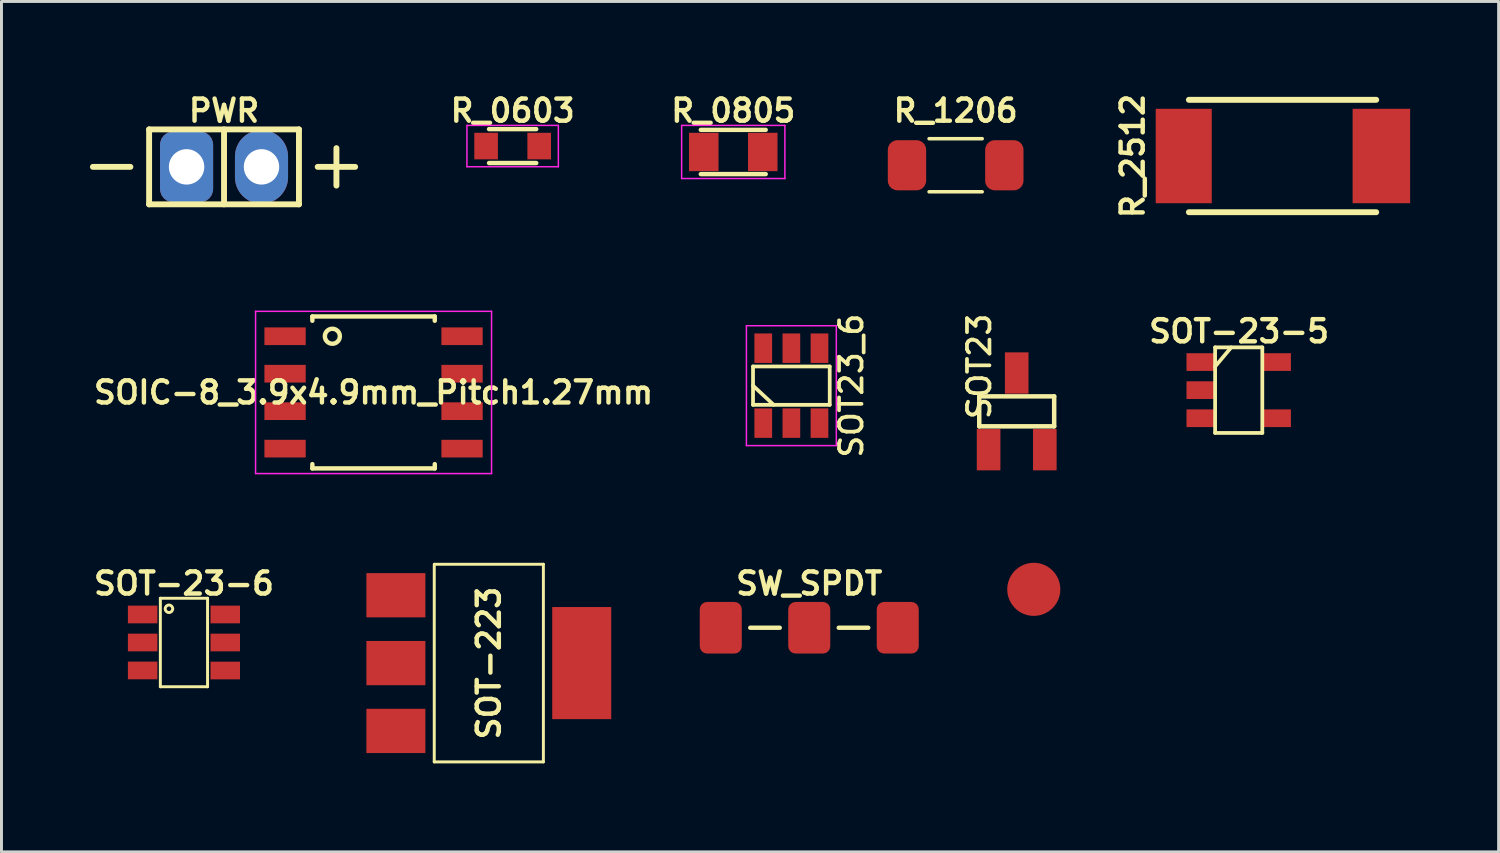
<source format=kicad_pcb>
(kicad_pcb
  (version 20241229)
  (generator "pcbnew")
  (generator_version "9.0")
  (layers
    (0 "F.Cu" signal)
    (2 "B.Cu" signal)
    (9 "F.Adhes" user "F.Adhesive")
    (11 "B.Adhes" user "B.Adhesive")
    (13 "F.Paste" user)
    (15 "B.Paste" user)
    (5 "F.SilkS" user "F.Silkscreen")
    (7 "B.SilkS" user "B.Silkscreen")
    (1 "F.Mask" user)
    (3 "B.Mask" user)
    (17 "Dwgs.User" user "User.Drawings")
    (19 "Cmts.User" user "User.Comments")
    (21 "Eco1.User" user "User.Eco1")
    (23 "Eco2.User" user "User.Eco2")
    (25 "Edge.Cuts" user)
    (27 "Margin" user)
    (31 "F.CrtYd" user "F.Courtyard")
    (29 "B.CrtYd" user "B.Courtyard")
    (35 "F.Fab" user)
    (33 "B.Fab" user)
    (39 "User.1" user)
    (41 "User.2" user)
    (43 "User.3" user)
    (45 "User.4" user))
  (footprint "R_1206"
    (layer "F.Cu")
    (at 29.347 2.552)
    (property "Reference" "R_1206" (at 0 -1.85 0) (layer "F.SilkS") (effects (font (size 0.75 0.75) (thickness 0.15))))
    (attr smd)
    (fp_line (start -0.9 -0.9) (end 0.9 -0.9) (stroke (width 0.12) (type solid)) (layer "F.SilkS"))
    (fp_line (start 0.9 0.9) (end -0.9 0.9) (stroke (width 0.12) (type solid)) (layer "F.SilkS"))
    (pad "1" smd roundrect (at -1.65 0) (size 1.3 1.7) (layers "F.Cu" "F.Mask" "F.Paste") (roundrect_rratio 0.25))
    (pad "2" smd roundrect (at 1.65 0) (size 1.3 1.7) (layers "F.Cu" "F.Mask" "F.Paste") (roundrect_rratio 0.25)))
  (footprint "R_0603"
    (layer "F.Cu")
    (at 14.329 1.902)
    (property "Reference" "R_0603" (at 0 -1.2 0) (layer "F.SilkS") (effects (font (size 0.75 0.75) (thickness 0.15))))
    (attr smd)
    (fp_line (start -0.8 -0.575) (end 0.8 -0.575) (stroke (width 0.15) (type solid)) (layer "F.SilkS"))
    (fp_line (start 0.8 0.575) (end -0.8 0.575) (stroke (width 0.15) (type solid)) (layer "F.SilkS"))
    (fp_line (start -1.55 -0.7) (end -1.55 0.7) (stroke (width 0.05) (type solid)) (layer "F.CrtYd"))
    (fp_line (start -1.55 -0.7) (end 1.55 -0.7) (stroke (width 0.05) (type solid)) (layer "F.CrtYd"))
    (fp_line (start -1.55 0.7) (end 1.55 0.7) (stroke (width 0.05) (type solid)) (layer "F.CrtYd"))
    (fp_line (start 1.55 -0.7) (end 1.55 0.7) (stroke (width 0.05) (type solid)) (layer "F.CrtYd"))
    (pad "1" smd rect (at -0.9 0) (size 0.8 0.9) (layers "F.Cu" "F.Mask" "F.Paste"))
    (pad "2" smd rect (at 0.9 0) (size 0.8 0.9) (layers "F.Cu" "F.Mask" "F.Paste")))
  (footprint "R_2512"
    (layer "F.Cu")
    (at 40.429 2.239)
    (property "Reference" "R_2512" (at -5.08 0 90) (layer "F.SilkS") (effects (font (size 0.75 0.75) (thickness 0.15))))
    (attr through_hole)
    (fp_line (start -3.175 -1.905) (end 3.175 -1.905) (stroke (width 0.2) (type solid)) (layer "F.SilkS"))
    (fp_line (start 3.175 1.905) (end -3.175 1.905) (stroke (width 0.2) (type solid)) (layer "F.SilkS"))
    (pad "1" smd rect (at -3.35 0) (size 1.9 3.2) (layers "F.Cu" "F.Mask" "F.Paste"))
    (pad "2" smd rect (at 3.35 0) (size 1.95 3.2) (layers "F.Cu" "F.Mask" "F.Paste")))
  (footprint "SOT-23-5"
    (layer "F.Cu")
    (at 38.955 10.181)
    (property "Reference" "SOT-23-5" (at 0 -2 180) (layer "F.SilkS") (effects (font (size 0.75 0.75) (thickness 0.15))))
    (attr through_hole)
    (fp_line (start -0.812 -1.455) (end 0.788 -1.455) (stroke (width 0.127) (type solid)) (layer "F.SilkS"))
    (fp_line (start -0.812 -0.805) (end -0.266 -1.455) (stroke (width 0.127) (type solid)) (layer "F.SilkS"))
    (fp_line (start -0.812 1.445) (end -0.812 -1.455) (stroke (width 0.127) (type solid)) (layer "F.SilkS"))
    (fp_line (start 0.788 -1.455) (end 0.788 1.445) (stroke (width 0.127) (type solid)) (layer "F.SilkS"))
    (fp_line (start 0.788 1.445) (end -0.812 1.445) (stroke (width 0.127) (type solid)) (layer "F.SilkS"))
    (pad "1" smd rect (at -1.282 -0.957 270) (size 0.6 1) (layers "F.Cu" "F.Mask" "F.Paste"))
    (pad "2" smd rect (at -1.282 -0.005 270) (size 0.6 1) (layers "F.Cu" "F.Mask" "F.Paste"))
    (pad "3" smd rect (at -1.282 0.948 270) (size 0.6 1) (layers "F.Cu" "F.Mask" "F.Paste"))
    (pad "4" smd rect (at 1.258 0.948 270) (size 0.6 1) (layers "F.Cu" "F.Mask" "F.Paste"))
    (pad "5" smd rect (at 1.258 -0.957 270) (size 0.6 1) (layers "F.Cu" "F.Mask" "F.Paste")))
  (footprint "SOT-223"
    (layer "F.Cu")
    (at 13.521 19.429)
    (property "Reference" "SOT-223" (at 0 0 270) (layer "F.SilkS") (effects (font (size 0.75 0.75) (thickness 0.15))))
    (attr smd)
    (fp_line (start -1.85 -3.35) (end -1.85 3.35) (stroke (width 0.1) (type solid)) (layer "F.SilkS"))
    (fp_line (start -1.85 3.35) (end 1.85 3.35) (stroke (width 0.1) (type solid)) (layer "F.SilkS"))
    (fp_line (start -1.83 -3.35) (end 1.85 -3.35) (stroke (width 0.1) (type solid)) (layer "F.SilkS"))
    (fp_line (start 1.85 -3.35) (end 1.85 3.35) (stroke (width 0.1) (type solid)) (layer "F.SilkS"))
    (pad "1" smd rect (at -3.15 -2.3) (size 2 1.5) (layers "F.Cu" "F.Mask" "F.Paste"))
    (pad "2" smd rect (at -3.15 0) (size 2 1.5) (layers "F.Cu" "F.Mask" "F.Paste"))
    (pad "2" smd rect (at 3.15 0) (size 2 3.8) (layers "F.Cu" "F.Mask" "F.Paste"))
    (pad "3" smd rect (at -3.15 2.3) (size 2 1.5) (layers "F.Cu" "F.Mask" "F.Paste")))
  (footprint "TestPad"
    (layer "F.Cu")
    (at 31.996 16.929)
    (property "Reference" "TestPad" (at 0 0.635 0) (layer "Dwgs.User") (effects (font (size 0.127 0.127) (thickness 0.001))))
    (attr through_hole)
    (pad "1" smd circle (at 0 0) (size 1.8 1.8) (layers "F.Cu" "F.Mask" "F.Paste")))
  (footprint "SOT23_6"
    (layer "F.Cu")
    (at 23.778 10.024)
    (property "Reference" "SOT23_6" (at 2.032 0 90) (layer "F.SilkS") (effects (font (size 0.762 0.762) (thickness 0.127))))
    (attr through_hole)
    (fp_line (start -1.3 -0.65) (end 1.3 -0.65) (stroke (width 0.127) (type solid)) (layer "F.SilkS"))
    (fp_line (start -1.3 0.65) (end -1.3 -0.65) (stroke (width 0.127) (type solid)) (layer "F.SilkS"))
    (fp_line (start -0.6 0.65) (end -1.3 0) (stroke (width 0.127) (type solid)) (layer "F.SilkS"))
    (fp_line (start 1.3 -0.65) (end 1.3 0.65) (stroke (width 0.127) (type solid)) (layer "F.SilkS"))
    (fp_line (start 1.3 0.65) (end -1.3 0.65) (stroke (width 0.127) (type solid)) (layer "F.SilkS"))
    (fp_line (start -1.524 2.032) (end -1.524 -2.032) (stroke (width 0.05) (type solid)) (layer "F.CrtYd"))
    (fp_line (start -1.524 2.032) (end 1.524 2.032) (stroke (width 0.05) (type solid)) (layer "F.CrtYd"))
    (fp_line (start 1.524 -2.032) (end -1.524 -2.032) (stroke (width 0.05) (type solid)) (layer "F.CrtYd"))
    (fp_line (start 1.524 2.032) (end 1.524 -2.032) (stroke (width 0.05) (type solid)) (layer "F.CrtYd"))
    (pad "1" smd rect (at -0.953 1.27) (size 0.6 1) (layers "F.Cu" "F.Mask" "F.Paste"))
    (pad "2" smd rect (at 0 1.27) (size 0.6 1) (layers "F.Cu" "F.Mask" "F.Paste"))
    (pad "3" smd rect (at 0.953 1.27) (size 0.6 1) (layers "F.Cu" "F.Mask" "F.Paste"))
    (pad "4" smd rect (at 0.953 -1.27) (size 0.6 1) (layers "F.Cu" "F.Mask" "F.Paste"))
    (pad "5" smd rect (at 0 -1.27) (size 0.6 1) (layers "F.Cu" "F.Mask" "F.Paste"))
    (pad "6" smd rect (at -0.953 -1.27) (size 0.6 1) (layers "F.Cu" "F.Mask" "F.Paste")))
  (footprint "PWR"
    (layer "F.Cu")
    (at 4.545 2.607)
    (property "Reference" "PWR" (at 0 -1.905 0) (layer "F.SilkS") (effects (font (size 0.75 0.75) (thickness 0.15))))
    (attr through_hole)
    (fp_line (start -3.175 0) (end -4.445 0) (stroke (width 0.2) (type solid)) (layer "F.SilkS"))
    (fp_line (start -2.54 -1.27) (end -2.54 1.27) (stroke (width 0.2) (type solid)) (layer "F.SilkS"))
    (fp_line (start -2.54 1.27) (end 2.54 1.27) (stroke (width 0.2) (type solid)) (layer "F.SilkS"))
    (fp_line (start 0 -1.27) (end 0 1.27) (stroke (width 0.2) (type solid)) (layer "F.SilkS"))
    (fp_line (start 2.54 -1.27) (end -2.54 -1.27) (stroke (width 0.2) (type solid)) (layer "F.SilkS"))
    (fp_line (start 2.54 1.27) (end 2.54 -1.27) (stroke (width 0.2) (type solid)) (layer "F.SilkS"))
    (fp_line (start 3.175 0) (end 4.445 0) (stroke (width 0.2) (type solid)) (layer "F.SilkS"))
    (fp_line (start 3.81 -0.635) (end 3.81 0.635) (stroke (width 0.2) (type solid)) (layer "F.SilkS"))
    (pad "1" thru_hole oval (at 1.27 0 180) (size 1.8 2.5) (drill 1.2) (layers "*.Cu" "*.Mask"))
    (pad "2" thru_hole roundrect (at -1.27 0) (size 1.8 2.4) (drill 1.2) (layers "*.Cu" "*.Mask") (roundrect_rratio 0.25)))
  (footprint "SOT-23-6"
    (layer "F.Cu")
    (at 3.186 18.731)
    (property "Reference" "SOT-23-6" (at 0 -2 180) (layer "F.SilkS") (effects (font (size 0.75 0.75) (thickness 0.15))))
    (attr through_hole)
    (fp_line (start -0.8 -1.5) (end 0.8 -1.5) (stroke (width 0.1) (type solid)) (layer "F.SilkS"))
    (fp_line (start -0.8 1.5) (end -0.8 -1.5) (stroke (width 0.1) (type solid)) (layer "F.SilkS"))
    (fp_line (start 0.8 -1.5) (end 0.8 1.5) (stroke (width 0.1) (type solid)) (layer "F.SilkS"))
    (fp_line (start 0.8 1.5) (end -0.8 1.5) (stroke (width 0.1) (type solid)) (layer "F.SilkS"))
    (fp_circle (center -0.508 -1.143) (end -0.381 -1.143) (stroke (width 0.1) (type solid)) (fill no) (layer "F.SilkS"))
    (pad "1" smd rect (at -1.4 -0.95 270) (size 0.6 1) (layers "F.Cu" "F.Mask" "F.Paste"))
    (pad "2" smd rect (at -1.4 0 270) (size 0.6 1) (layers "F.Cu" "F.Mask" "F.Paste"))
    (pad "3" smd rect (at -1.4 0.948 270) (size 0.6 1) (layers "F.Cu" "F.Mask" "F.Paste"))
    (pad "4" smd rect (at 1.4 0.95 270) (size 0.6 1) (layers "F.Cu" "F.Mask" "F.Paste"))
    (pad "5" smd rect (at 1.4 0 270) (size 0.6 1) (layers "F.Cu" "F.Mask" "F.Paste"))
    (pad "6" smd rect (at 1.4 -0.95 270) (size 0.6 1) (layers "F.Cu" "F.Mask" "F.Paste")))
  (footprint "R_0805"
    (layer "F.Cu")
    (at 21.808 2.102)
    (property "Reference" "R_0805" (at 0 -1.4 0) (layer "F.SilkS") (effects (font (size 0.75 0.75) (thickness 0.15))))
    (attr smd)
    (fp_line (start -1.1 -0.75) (end 1.1 -0.75) (stroke (width 0.15) (type solid)) (layer "F.SilkS"))
    (fp_line (start 1.1 0.75) (end -1.1 0.75) (stroke (width 0.15) (type solid)) (layer "F.SilkS"))
    (fp_line (start -1.75 -0.9) (end -1.75 0.9) (stroke (width 0.05) (type solid)) (layer "F.CrtYd"))
    (fp_line (start -1.75 -0.9) (end 1.75 -0.9) (stroke (width 0.05) (type solid)) (layer "F.CrtYd"))
    (fp_line (start -1.75 0.9) (end 1.75 0.9) (stroke (width 0.05) (type solid)) (layer "F.CrtYd"))
    (fp_line (start 1.75 -0.9) (end 1.75 0.9) (stroke (width 0.05) (type solid)) (layer "F.CrtYd"))
    (pad "1" smd rect (at -1 0) (size 1 1.3) (layers "F.Cu" "F.Mask" "F.Paste"))
    (pad "2" smd rect (at 1 0) (size 1 1.3) (layers "F.Cu" "F.Mask" "F.Paste")))
  (footprint "SOT23"
    (layer "F.Cu")
    (at 31.417 10.895)
    (property "Reference" "SOT23" (at -1.27 -1.524 90) (layer "F.SilkS") (effects (font (size 0.762 0.762) (thickness 0.127))))
    (attr through_hole)
    (fp_line (start -1.27 -0.508) (end -1.27 0.508) (stroke (width 0.152) (type solid)) (layer "F.SilkS"))
    (fp_line (start -1.27 -0.508) (end 1.27 -0.508) (stroke (width 0.152) (type solid)) (layer "F.SilkS"))
    (fp_line (start 1.27 -0.508) (end 1.27 0.508) (stroke (width 0.152) (type solid)) (layer "F.SilkS"))
    (fp_line (start 1.27 0.508) (end -1.27 0.508) (stroke (width 0.152) (type solid)) (layer "F.SilkS"))
    (pad "1" smd rect (at -0.953 1.3) (size 0.8 1.4) (layers "F.Cu" "F.Mask" "F.Paste"))
    (pad "2" smd rect (at 0.953 1.3) (size 0.8 1.4) (layers "F.Cu" "F.Mask" "F.Paste"))
    (pad "3" smd rect (at 0 -1.3) (size 0.8 1.4) (layers "F.Cu" "F.Mask" "F.Paste")))
  (footprint "SW_SPDT"
    (layer "F.Cu")
    (at 24.384 18.231)
    (property "Reference" "SW_SPDT" (at 0 -1.5 0) (layer "F.SilkS") (effects (font (size 0.75 0.75) (thickness 0.15))))
    (attr smd)
    (fp_line (start -2 0) (end -1 0) (stroke (width 0.15) (type solid)) (layer "F.SilkS"))
    (fp_line (start 1 0) (end 2 0) (stroke (width 0.15) (type solid)) (layer "F.SilkS"))
    (pad "1" smd roundrect (at -3 0) (size 1.425 1.75) (layers "F.Cu" "F.Mask" "F.Paste") (roundrect_rratio 0.175))
    (pad "2" smd roundrect (at 0 0) (size 1.425 1.75) (layers "F.Cu" "F.Mask" "F.Paste") (roundrect_rratio 0.175))
    (pad "3" smd roundrect (at 3 0) (size 1.425 1.75) (layers "F.Cu" "F.Mask" "F.Paste") (roundrect_rratio 0.175)))
  (footprint "SOIC-8_3.9x4.9mm_Pitch1.27mm"
    (layer "F.Cu")
    (at 9.614 10.254)
    (property "Reference" "SOIC-8_3.9x4.9mm_Pitch1.27mm" (at 0 0 0) (layer "F.SilkS") (effects (font (size 0.75 0.75) (thickness 0.15))))
    (attr smd)
    (fp_line (start -2.075 -2.575) (end -2.075 -2.43) (stroke (width 0.15) (type solid)) (layer "F.SilkS"))
    (fp_line (start -2.075 -2.575) (end 2.075 -2.575) (stroke (width 0.15) (type solid)) (layer "F.SilkS"))
    (fp_line (start -2.075 2.575) (end -2.075 2.43) (stroke (width 0.15) (type solid)) (layer "F.SilkS"))
    (fp_line (start -2.075 2.575) (end 2.075 2.575) (stroke (width 0.15) (type solid)) (layer "F.SilkS"))
    (fp_line (start 2.075 -2.575) (end 2.075 -2.43) (stroke (width 0.15) (type solid)) (layer "F.SilkS"))
    (fp_line (start 2.075 2.575) (end 2.075 2.43) (stroke (width 0.15) (type solid)) (layer "F.SilkS"))
    (fp_circle (center -1.397 -1.905) (end -1.143 -1.905) (stroke (width 0.15) (type solid)) (fill no) (layer "F.SilkS"))
    (fp_line (start -4 -2.75) (end -4 2.75) (stroke (width 0.05) (type solid)) (layer "F.CrtYd"))
    (fp_line (start -4 -2.75) (end 4 -2.75) (stroke (width 0.05) (type solid)) (layer "F.CrtYd"))
    (fp_line (start -4 2.75) (end 4 2.75) (stroke (width 0.05) (type solid)) (layer "F.CrtYd"))
    (fp_line (start 4 -2.75) (end 4 2.75) (stroke (width 0.05) (type solid)) (layer "F.CrtYd"))
    (pad "1" smd rect (at -3 -1.905) (size 1.4 0.6) (layers "F.Cu" "F.Mask" "F.Paste"))
    (pad "2" smd rect (at -3 -0.635) (size 1.4 0.6) (layers "F.Cu" "F.Mask" "F.Paste"))
    (pad "3" smd rect (at -3 0.635) (size 1.4 0.6) (layers "F.Cu" "F.Mask" "F.Paste"))
    (pad "4" smd rect (at -3 1.905) (size 1.4 0.6) (layers "F.Cu" "F.Mask" "F.Paste"))
    (pad "5" smd rect (at 3 1.905) (size 1.4 0.6) (layers "F.Cu" "F.Mask" "F.Paste"))
    (pad "6" smd rect (at 3 0.635) (size 1.4 0.6) (layers "F.Cu" "F.Mask" "F.Paste"))
    (pad "7" smd rect (at 3 -0.635) (size 1.4 0.6) (layers "F.Cu" "F.Mask" "F.Paste"))
    (pad "8" smd rect (at 3 -1.905) (size 1.4 0.6) (layers "F.Cu" "F.Mask" "F.Paste")))
  (gr_rect
    (start -3 -3)
    (end 47.754 25.829)
    (stroke (width 0.1) (type default))
    (fill no)
    (layer "Edge.Cuts")))
</source>
